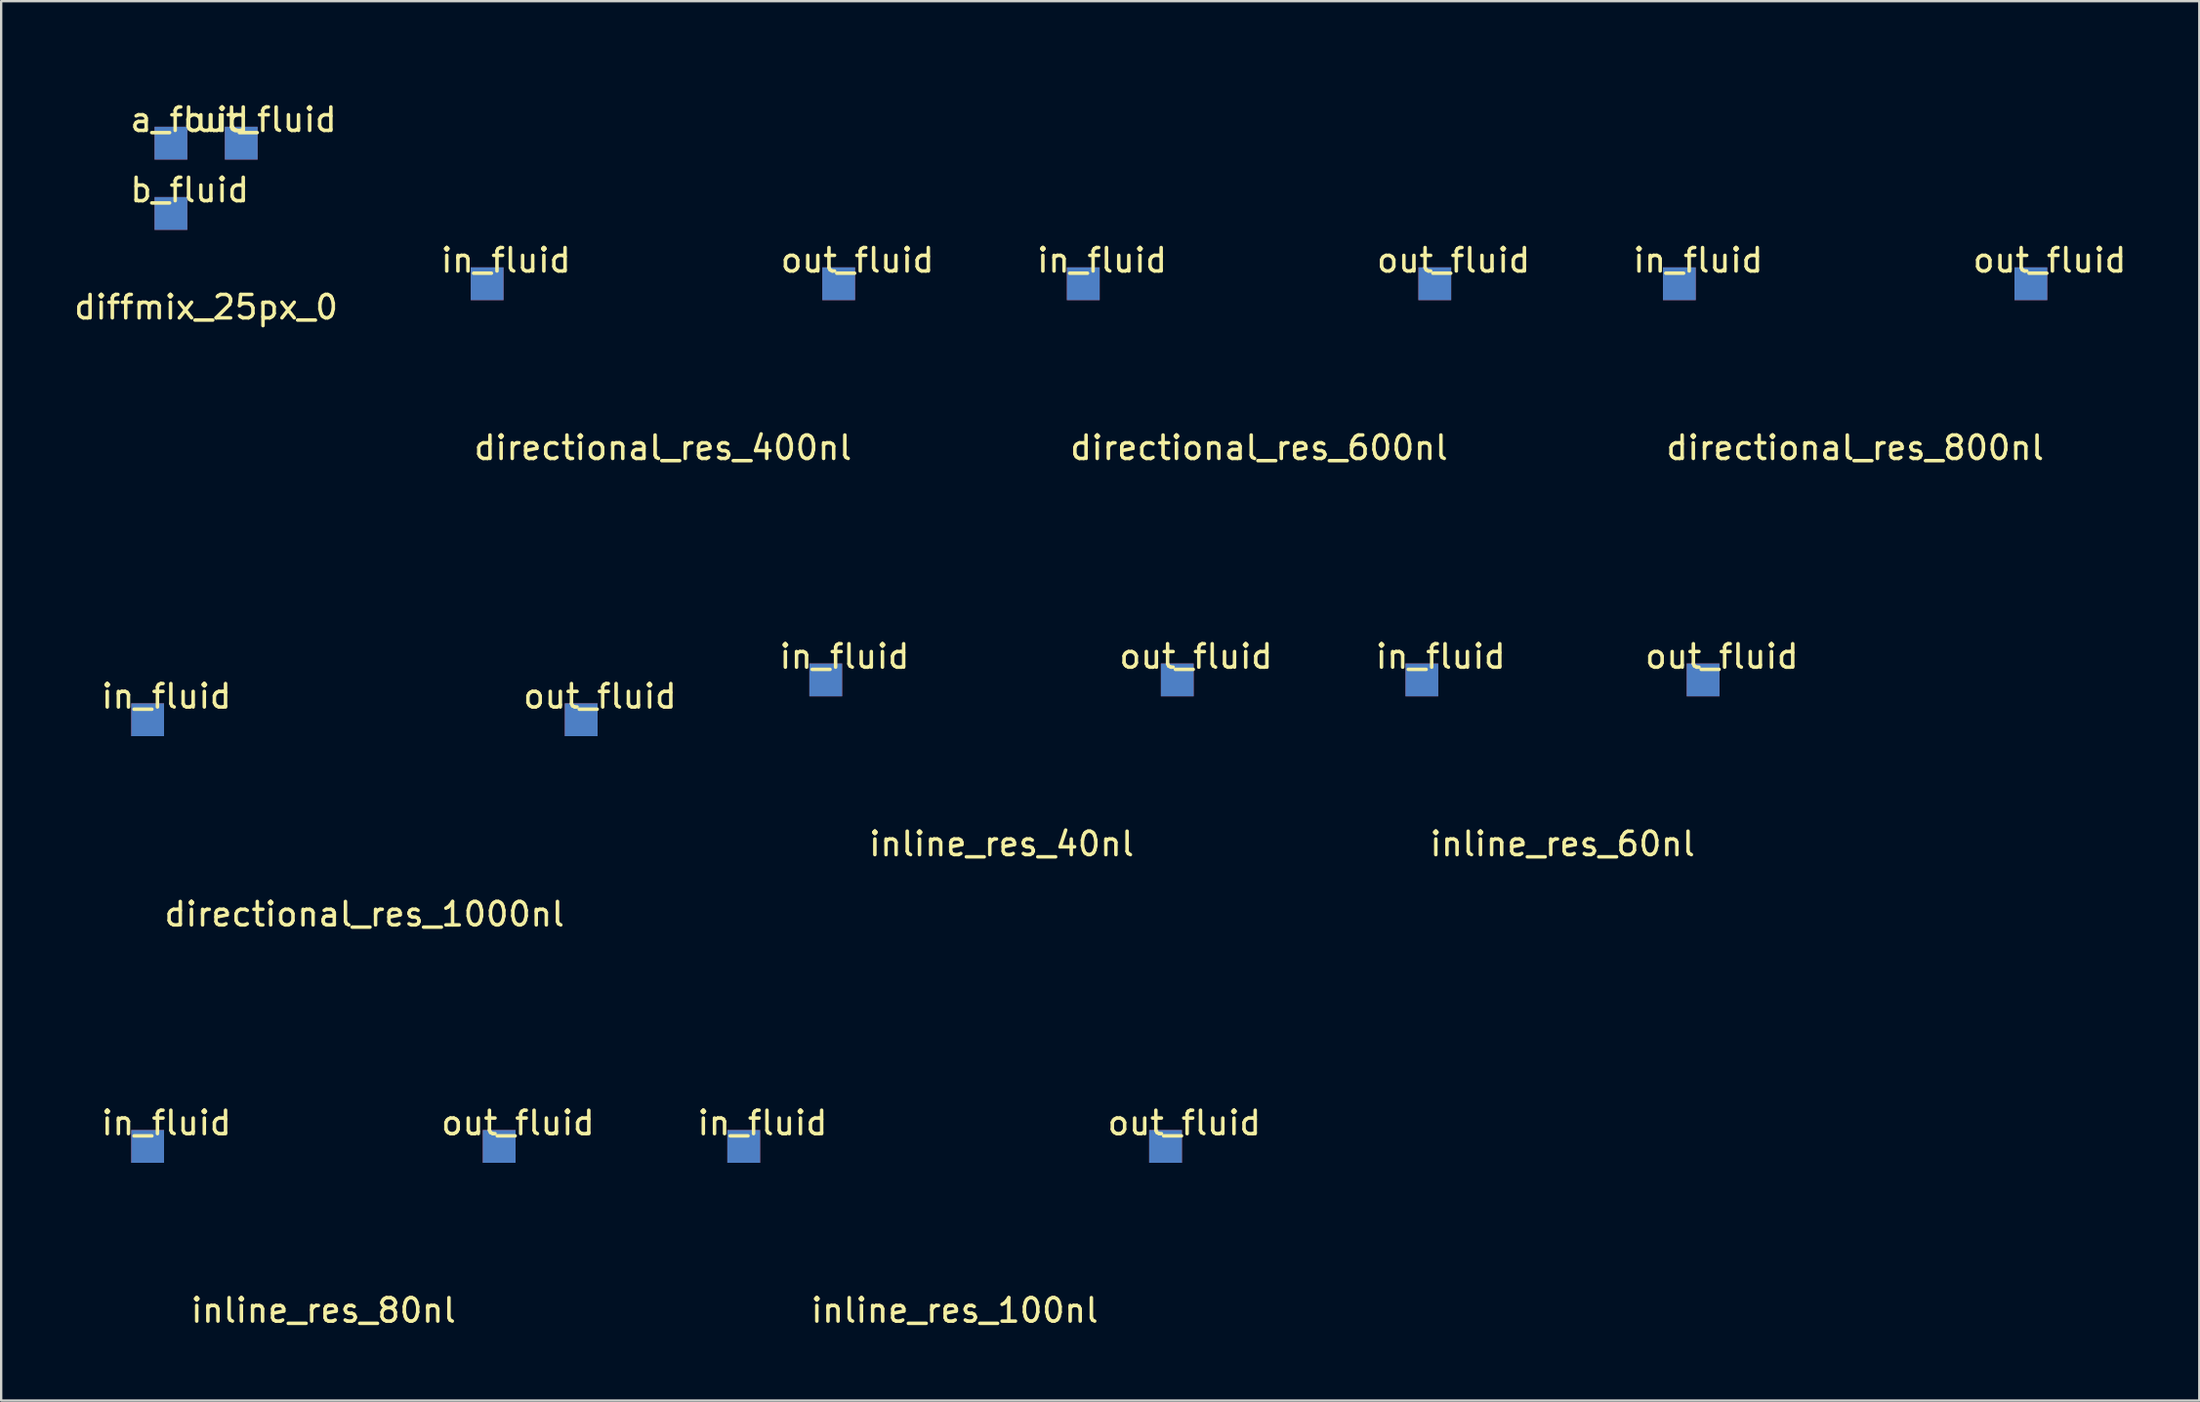
<source format=kicad_pcb>
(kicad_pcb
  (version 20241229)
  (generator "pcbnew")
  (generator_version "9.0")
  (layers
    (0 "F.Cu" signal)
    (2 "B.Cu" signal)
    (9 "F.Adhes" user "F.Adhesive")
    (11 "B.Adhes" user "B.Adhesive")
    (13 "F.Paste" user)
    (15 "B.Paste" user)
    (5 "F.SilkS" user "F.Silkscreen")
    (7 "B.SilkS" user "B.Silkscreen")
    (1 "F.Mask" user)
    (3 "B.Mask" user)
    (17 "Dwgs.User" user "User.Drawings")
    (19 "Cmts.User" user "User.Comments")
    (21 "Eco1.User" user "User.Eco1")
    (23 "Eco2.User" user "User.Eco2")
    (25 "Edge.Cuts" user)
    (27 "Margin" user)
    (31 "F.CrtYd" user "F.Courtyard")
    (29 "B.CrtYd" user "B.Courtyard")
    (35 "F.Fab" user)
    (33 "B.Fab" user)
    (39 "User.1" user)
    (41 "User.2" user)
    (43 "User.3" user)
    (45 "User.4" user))
  (footprint "inline_res_40nl"
    (layer "F.Cu")
    (at 29.187 31.968)
    (property "Reference" "inline_res_40nl" (at 10.5 1 0) (layer "F.SilkS") (effects (font (size 1 1) (thickness 0.15))))
    (attr through_hole)
    (fp_rect (start 0 0) (end 21 -12) (stroke (width 0.12) (type solid)) (fill no) (layer "Margin"))
    (fp_text user "out_fluid" (at 18.8 -7 0) (layer "F.SilkS") (effects (font (size 1 1) (thickness 0.15))))
    (fp_text user "in_fluid" (at 3.8 -7 0) (layer "F.SilkS") (effects (font (size 1 1) (thickness 0.15))))
    (pad "0" thru_hole rect (at 3 -6) (size 1.4 1.4) (drill 0.000001) (layers "B.Cu"))
    (pad "1" thru_hole rect (at 18 -6) (size 1.4 1.4) (drill 0.000001) (layers "B.Cu"))
    (zone (net_name "") (layer "B.Cu") (hatch edge 0.1) (connect_pads) (min_thickness 0.254) (filled_areas_thickness no) (keepout (tracks not_allowed) (vias not_allowed) (pads not_allowed) (copperpour not_allowed) (footprints not_allowed)) (placement (enabled no)) (fill) (polygon (pts (xy 32.187 28.968) (xy 32.187 22.968) (xy 47.187 22.968) (xy 47.187 28.968))))
    (zone (net_name "") (layer "In8.Cu") (hatch edge 0.1) (connect_pads) (min_thickness 0.254) (filled_areas_thickness no) (keepout (tracks not_allowed) (vias not_allowed) (pads not_allowed) (copperpour not_allowed) (footprints not_allowed)) (placement (enabled no)) (fill) (polygon (pts (xy 32.187 28.968) (xy 32.187 22.968) (xy 47.187 22.968) (xy 47.187 28.968)))))
  (footprint "inline_res_60nl"
    (layer "F.Cu")
    (at 54.624 31.968)
    (property "Reference" "inline_res_60nl" (at 9 1 0) (layer "F.SilkS") (effects (font (size 1 1) (thickness 0.15))))
    (attr through_hole)
    (fp_rect (start 0 0) (end 18 -12) (stroke (width 0.12) (type solid)) (fill no) (layer "Margin"))
    (fp_text user "in_fluid" (at 3.8 -7 0) (layer "F.SilkS") (effects (font (size 1 1) (thickness 0.15))))
    (fp_text user "out_fluid" (at 15.8 -7 0) (layer "F.SilkS") (effects (font (size 1 1) (thickness 0.15))))
    (pad "0" thru_hole rect (at 3 -6) (size 1.4 1.4) (drill 0.000001) (layers "B.Cu"))
    (pad "1" thru_hole rect (at 15 -6) (size 1.4 1.4) (drill 0.000001) (layers "B.Cu"))
    (zone (net_name "") (layer "B.Cu") (hatch edge 0.1) (connect_pads) (min_thickness 0.254) (filled_areas_thickness no) (keepout (tracks not_allowed) (vias not_allowed) (pads not_allowed) (copperpour not_allowed) (footprints not_allowed)) (placement (enabled no)) (fill) (polygon (pts (xy 57.624 28.968) (xy 57.624 22.968) (xy 69.624 22.968) (xy 69.624 28.968))))
    (zone (net_name "") (layer "In8.Cu") (hatch edge 0.1) (connect_pads) (min_thickness 0.254) (filled_areas_thickness no) (keepout (tracks not_allowed) (vias not_allowed) (pads not_allowed) (copperpour not_allowed) (footprints not_allowed)) (placement (enabled no)) (fill) (polygon (pts (xy 57.624 28.968) (xy 57.624 22.968) (xy 69.624 22.968) (xy 69.624 28.968)))))
  (footprint "directional_res_1000nl"
    (layer "F.Cu")
    (at 0.25 34.968)
    (property "Reference" "directional_res_1000nl" (at 12.25 1 0) (layer "F.SilkS") (effects (font (size 1 1) (thickness 0.15))))
    (attr through_hole)
    (fp_rect (start 0 0) (end 24.5 -15) (stroke (width 0.12) (type solid)) (fill no) (layer "Margin"))
    (fp_text user "out_fluid" (at 22.3 -8.3 0) (layer "F.SilkS") (effects (font (size 1 1) (thickness 0.15))))
    (fp_text user "in_fluid" (at 3.8 -8.3 0) (layer "F.SilkS") (effects (font (size 1 1) (thickness 0.15))))
    (pad "0" thru_hole rect (at 3 -7.3) (size 1.4 1.4) (drill 0.000001) (layers "In2.Cu"))
    (pad "1" thru_hole rect (at 21.5 -7.3) (size 1.4 1.4) (drill 0.000001) (layers "B.Cu"))
    (zone (net_name "") (layer "B.Cu") (hatch edge 0.1) (connect_pads) (min_thickness 0.254) (filled_areas_thickness no) (keepout (tracks not_allowed) (vias not_allowed) (pads not_allowed) (copperpour not_allowed) (footprints not_allowed)) (placement (enabled no)) (fill) (polygon (pts (xy 3.25 32.968) (xy 3.25 21.968) (xy 21.75 21.968) (xy 21.75 32.968))))
    (zone (net_name "") (layer "In2.Cu") (hatch edge 0.1) (connect_pads) (min_thickness 0.254) (filled_areas_thickness no) (keepout (tracks not_allowed) (vias not_allowed) (pads not_allowed) (copperpour not_allowed) (footprints not_allowed)) (placement (enabled no)) (fill) (polygon (pts (xy 3.25 32.968) (xy 3.25 21.968) (xy 21.75 21.968) (xy 21.75 32.968))))
    (zone (net_name "") (layer "In3.Cu") (hatch edge 0.1) (connect_pads) (min_thickness 0.254) (filled_areas_thickness no) (keepout (tracks not_allowed) (vias not_allowed) (pads not_allowed) (copperpour not_allowed) (footprints not_allowed)) (placement (enabled no)) (fill) (polygon (pts (xy 3.25 32.968) (xy 3.25 21.968) (xy 21.75 21.968) (xy 21.75 32.968))))
    (zone (net_name "") (layer "In4.Cu") (hatch edge 0.1) (connect_pads) (min_thickness 0.254) (filled_areas_thickness no) (keepout (tracks not_allowed) (vias not_allowed) (pads not_allowed) (copperpour not_allowed) (footprints not_allowed)) (placement (enabled no)) (fill) (polygon (pts (xy 3.25 32.968) (xy 3.25 21.968) (xy 21.75 21.968) (xy 21.75 32.968))))
    (zone (net_name "") (layer "In5.Cu") (hatch edge 0.1) (connect_pads) (min_thickness 0.254) (filled_areas_thickness no) (keepout (tracks not_allowed) (vias not_allowed) (pads not_allowed) (copperpour not_allowed) (footprints not_allowed)) (placement (enabled no)) (fill) (polygon (pts (xy 3.25 32.968) (xy 3.25 21.968) (xy 21.75 21.968) (xy 21.75 32.968))))
    (zone (net_name "") (layer "In6.Cu") (hatch edge 0.1) (connect_pads) (min_thickness 0.254) (filled_areas_thickness no) (keepout (tracks not_allowed) (vias not_allowed) (pads not_allowed) (copperpour not_allowed) (footprints not_allowed)) (placement (enabled no)) (fill) (polygon (pts (xy 3.25 32.968) (xy 3.25 21.968) (xy 21.75 21.968) (xy 21.75 32.968))))
    (zone (net_name "") (layer "In7.Cu") (hatch edge 0.1) (connect_pads) (min_thickness 0.254) (filled_areas_thickness no) (keepout (tracks not_allowed) (vias not_allowed) (pads not_allowed) (copperpour not_allowed) (footprints not_allowed)) (placement (enabled no)) (fill) (polygon (pts (xy 3.25 32.968) (xy 3.25 21.968) (xy 21.75 21.968) (xy 21.75 32.968))))
    (zone (net_name "") (layer "In8.Cu") (hatch edge 0.1) (connect_pads) (min_thickness 0.254) (filled_areas_thickness no) (keepout (tracks not_allowed) (vias not_allowed) (pads not_allowed) (copperpour not_allowed) (footprints not_allowed)) (placement (enabled no)) (fill) (polygon (pts (xy 3.25 32.968) (xy 3.25 21.968) (xy 21.75 21.968) (xy 21.75 32.968)))))
  (footprint "directional_res_400nl"
    (layer "F.Cu")
    (at 14.738 15.06)
    (property "Reference" "directional_res_400nl" (at 10.5 1 0) (layer "F.SilkS") (effects (font (size 1 1) (thickness 0.15))))
    (attr through_hole)
    (fp_rect (start 0 0) (end 21 -15) (stroke (width 0.12) (type solid)) (fill no) (layer "Margin"))
    (fp_text user "out_fluid" (at 18.8 -7 0) (layer "F.SilkS") (effects (font (size 1 1) (thickness 0.15))))
    (fp_text user "in_fluid" (at 3.8 -7 0) (layer "F.SilkS") (effects (font (size 1 1) (thickness 0.15))))
    (pad "0" thru_hole rect (at 3 -6) (size 1.4 1.4) (drill 0.000001) (layers "In6.Cu"))
    (pad "1" thru_hole rect (at 18 -6) (size 1.4 1.4) (drill 0.000001) (layers "B.Cu"))
    (zone (net_name "") (layer "B.Cu") (hatch edge 0.1) (connect_pads) (min_thickness 0.254) (filled_areas_thickness no) (keepout (tracks not_allowed) (vias not_allowed) (pads not_allowed) (copperpour not_allowed) (footprints not_allowed)) (placement (enabled no)) (fill) (polygon (pts (xy 17.738 12.06) (xy 17.738 3.06) (xy 32.738 3.06) (xy 32.738 12.06))))
    (zone (net_name "") (layer "In6.Cu") (hatch edge 0.1) (connect_pads) (min_thickness 0.254) (filled_areas_thickness no) (keepout (tracks not_allowed) (vias not_allowed) (pads not_allowed) (copperpour not_allowed) (footprints not_allowed)) (placement (enabled no)) (fill) (polygon (pts (xy 17.738 12.06) (xy 17.738 3.06) (xy 32.738 3.06) (xy 32.738 12.06))))
    (zone (net_name "") (layer "In7.Cu") (hatch edge 0.1) (connect_pads) (min_thickness 0.254) (filled_areas_thickness no) (keepout (tracks not_allowed) (vias not_allowed) (pads not_allowed) (copperpour not_allowed) (footprints not_allowed)) (placement (enabled no)) (fill) (polygon (pts (xy 17.738 12.06) (xy 17.738 3.06) (xy 32.738 3.06) (xy 32.738 12.06))))
    (zone (net_name "") (layer "In8.Cu") (hatch edge 0.1) (connect_pads) (min_thickness 0.254) (filled_areas_thickness no) (keepout (tracks not_allowed) (vias not_allowed) (pads not_allowed) (copperpour not_allowed) (footprints not_allowed)) (placement (enabled no)) (fill) (polygon (pts (xy 17.738 12.06) (xy 17.738 3.06) (xy 32.738 3.06) (xy 32.738 12.06)))))
  (footprint "directional_res_600nl"
    (layer "F.Cu")
    (at 40.175 15.06)
    (property "Reference" "directional_res_600nl" (at 10.5 1 0) (layer "F.SilkS") (effects (font (size 1 1) (thickness 0.15))))
    (attr through_hole)
    (fp_rect (start 0 0) (end 21 -15) (stroke (width 0.12) (type solid)) (fill no) (layer "Margin"))
    (fp_text user "out_fluid" (at 18.8 -7 0) (layer "F.SilkS") (effects (font (size 1 1) (thickness 0.15))))
    (fp_text user "in_fluid" (at 3.8 -7 0) (layer "F.SilkS") (effects (font (size 1 1) (thickness 0.15))))
    (pad "0" thru_hole rect (at 3 -6) (size 1.4 1.4) (drill 0.000001) (layers "In4.Cu"))
    (pad "1" thru_hole rect (at 18 -6) (size 1.4 1.4) (drill 0.000001) (layers "B.Cu"))
    (zone (net_name "") (layer "B.Cu") (hatch edge 0.1) (connect_pads) (min_thickness 0.254) (filled_areas_thickness no) (keepout (tracks not_allowed) (vias not_allowed) (pads not_allowed) (copperpour not_allowed) (footprints not_allowed)) (placement (enabled no)) (fill) (polygon (pts (xy 43.175 12.06) (xy 43.175 3.06) (xy 58.175 3.06) (xy 58.175 12.06))))
    (zone (net_name "") (layer "In4.Cu") (hatch edge 0.1) (connect_pads) (min_thickness 0.254) (filled_areas_thickness no) (keepout (tracks not_allowed) (vias not_allowed) (pads not_allowed) (copperpour not_allowed) (footprints not_allowed)) (placement (enabled no)) (fill) (polygon (pts (xy 43.175 12.06) (xy 43.175 3.06) (xy 58.175 3.06) (xy 58.175 12.06))))
    (zone (net_name "") (layer "In5.Cu") (hatch edge 0.1) (connect_pads) (min_thickness 0.254) (filled_areas_thickness no) (keepout (tracks not_allowed) (vias not_allowed) (pads not_allowed) (copperpour not_allowed) (footprints not_allowed)) (placement (enabled no)) (fill) (polygon (pts (xy 43.175 12.06) (xy 43.175 3.06) (xy 58.175 3.06) (xy 58.175 12.06))))
    (zone (net_name "") (layer "In6.Cu") (hatch edge 0.1) (connect_pads) (min_thickness 0.254) (filled_areas_thickness no) (keepout (tracks not_allowed) (vias not_allowed) (pads not_allowed) (copperpour not_allowed) (footprints not_allowed)) (placement (enabled no)) (fill) (polygon (pts (xy 43.175 12.06) (xy 43.175 3.06) (xy 58.175 3.06) (xy 58.175 12.06))))
    (zone (net_name "") (layer "In7.Cu") (hatch edge 0.1) (connect_pads) (min_thickness 0.254) (filled_areas_thickness no) (keepout (tracks not_allowed) (vias not_allowed) (pads not_allowed) (copperpour not_allowed) (footprints not_allowed)) (placement (enabled no)) (fill) (polygon (pts (xy 43.175 12.06) (xy 43.175 3.06) (xy 58.175 3.06) (xy 58.175 12.06))))
    (zone (net_name "") (layer "In8.Cu") (hatch edge 0.1) (connect_pads) (min_thickness 0.254) (filled_areas_thickness no) (keepout (tracks not_allowed) (vias not_allowed) (pads not_allowed) (copperpour not_allowed) (footprints not_allowed)) (placement (enabled no)) (fill) (polygon (pts (xy 43.175 12.06) (xy 43.175 3.06) (xy 58.175 3.06) (xy 58.175 12.06)))))
  (footprint "inline_res_80nl"
    (layer "F.Cu")
    (at 0.25 51.877)
    (property "Reference" "inline_res_80nl" (at 10.5 1 0) (layer "F.SilkS") (effects (font (size 1 1) (thickness 0.15))))
    (attr through_hole)
    (fp_rect (start 0 0) (end 21 -12) (stroke (width 0.12) (type solid)) (fill no) (layer "Margin"))
    (fp_text user "out_fluid" (at 18.8 -7 0) (layer "F.SilkS") (effects (font (size 1 1) (thickness 0.15))))
    (fp_text user "in_fluid" (at 3.8 -7 0) (layer "F.SilkS") (effects (font (size 1 1) (thickness 0.15))))
    (pad "0" thru_hole rect (at 3 -6) (size 1.4 1.4) (drill 0.000001) (layers "B.Cu"))
    (pad "1" thru_hole rect (at 18 -6) (size 1.4 1.4) (drill 0.000001) (layers "B.Cu"))
    (zone (net_name "") (layer "B.Cu") (hatch edge 0.1) (connect_pads) (min_thickness 0.254) (filled_areas_thickness no) (keepout (tracks not_allowed) (vias not_allowed) (pads not_allowed) (copperpour not_allowed) (footprints not_allowed)) (placement (enabled no)) (fill) (polygon (pts (xy 3.25 48.877) (xy 3.25 42.877) (xy 18.25 42.877) (xy 18.25 48.877))))
    (zone (net_name "") (layer "In8.Cu") (hatch edge 0.1) (connect_pads) (min_thickness 0.254) (filled_areas_thickness no) (keepout (tracks not_allowed) (vias not_allowed) (pads not_allowed) (copperpour not_allowed) (footprints not_allowed)) (placement (enabled no)) (fill) (polygon (pts (xy 3.25 48.877) (xy 3.25 42.877) (xy 18.25 42.877) (xy 18.25 48.877)))))
  (footprint "inline_res_100nl"
    (layer "F.Cu")
    (at 25.687 51.877)
    (property "Reference" "inline_res_100nl" (at 12 1 0) (layer "F.SilkS") (effects (font (size 1 1) (thickness 0.15))))
    (attr through_hole)
    (fp_rect (start 0 0) (end 24 -12) (stroke (width 0.12) (type solid)) (fill no) (layer "Margin"))
    (fp_text user "out_fluid" (at 21.8 -7 0) (layer "F.SilkS") (effects (font (size 1 1) (thickness 0.15))))
    (fp_text user "in_fluid" (at 3.8 -7 0) (layer "F.SilkS") (effects (font (size 1 1) (thickness 0.15))))
    (pad "0" thru_hole rect (at 3 -6) (size 1.4 1.4) (drill 0.000001) (layers "B.Cu"))
    (pad "1" thru_hole rect (at 21 -6) (size 1.4 1.4) (drill 0.000001) (layers "B.Cu"))
    (zone (net_name "") (layer "B.Cu") (hatch edge 0.1) (connect_pads) (min_thickness 0.254) (filled_areas_thickness no) (keepout (tracks not_allowed) (vias not_allowed) (pads not_allowed) (copperpour not_allowed) (footprints not_allowed)) (placement (enabled no)) (fill) (polygon (pts (xy 28.687 48.877) (xy 28.687 42.877) (xy 46.687 42.877) (xy 46.687 48.877))))
    (zone (net_name "") (layer "In8.Cu") (hatch edge 0.1) (connect_pads) (min_thickness 0.254) (filled_areas_thickness no) (keepout (tracks not_allowed) (vias not_allowed) (pads not_allowed) (copperpour not_allowed) (footprints not_allowed)) (placement (enabled no)) (fill) (polygon (pts (xy 28.687 48.877) (xy 28.687 42.877) (xy 46.687 42.877) (xy 46.687 48.877)))))
  (footprint "diffmix_25px_0"
    (layer "F.Cu")
    (at 1.244 9.06)
    (property "Reference" "diffmix_25px_0" (at 4.5 1 0) (layer "F.SilkS") (effects (font (size 1 1) (thickness 0.15))))
    (attr through_hole)
    (fp_rect (start 0 0) (end 9 -9) (stroke (width 0.12) (type solid)) (fill no) (layer "Margin"))
    (fp_text user "a_fluid" (at 3.8 -7 0) (layer "F.SilkS") (effects (font (size 1 1) (thickness 0.15))))
    (fp_text user "b_fluid" (at 3.8 -4 0) (layer "F.SilkS") (effects (font (size 1 1) (thickness 0.15))))
    (fp_text user "out_fluid" (at 6.8 -7 0) (layer "F.SilkS") (effects (font (size 1 1) (thickness 0.15))))
    (pad "0" thru_hole rect (at 3 -6) (size 1.4 1.4) (drill 0.000001) (layers "B.Cu"))
    (pad "1" thru_hole rect (at 3 -3) (size 1.4 1.4) (drill 0.000001) (layers "B.Cu"))
    (pad "2" thru_hole rect (at 6 -6) (size 1.4 1.4) (drill 0.000001) (layers "B.Cu"))
    (zone (net_name "") (layer "B.Cu") (hatch edge 0.1) (connect_pads) (min_thickness 0.254) (filled_areas_thickness no) (keepout (tracks not_allowed) (vias not_allowed) (pads not_allowed) (copperpour not_allowed) (footprints not_allowed)) (placement (enabled no)) (fill) (polygon (pts (xy 4.944 5.36) (xy 4.944 3.76) (xy 6.544 3.76) (xy 6.544 5.36))))
    (zone (net_name "") (layer "In8.Cu") (hatch edge 0.1) (connect_pads) (min_thickness 0.254) (filled_areas_thickness no) (keepout (tracks not_allowed) (vias not_allowed) (pads not_allowed) (copperpour not_allowed) (footprints not_allowed)) (placement (enabled no)) (fill) (polygon (pts (xy 4.944 5.36) (xy 4.944 3.76) (xy 6.544 3.76) (xy 6.544 5.36)))))
  (footprint "directional_res_800nl"
    (layer "F.Cu")
    (at 65.612 15.06)
    (property "Reference" "directional_res_800nl" (at 10.5 1 0) (layer "F.SilkS") (effects (font (size 1 1) (thickness 0.15))))
    (attr through_hole)
    (fp_rect (start 0 0) (end 21 -15) (stroke (width 0.12) (type solid)) (fill no) (layer "Margin"))
    (fp_text user "out_fluid" (at 18.8 -7 0) (layer "F.SilkS") (effects (font (size 1 1) (thickness 0.15))))
    (fp_text user "in_fluid" (at 3.8 -7 0) (layer "F.SilkS") (effects (font (size 1 1) (thickness 0.15))))
    (pad "0" thru_hole rect (at 3 -6) (size 1.4 1.4) (drill 0.000001) (layers "In2.Cu"))
    (pad "1" thru_hole rect (at 18 -6) (size 1.4 1.4) (drill 0.000001) (layers "B.Cu"))
    (zone (net_name "") (layer "B.Cu") (hatch edge 0.1) (connect_pads) (min_thickness 0.254) (filled_areas_thickness no) (keepout (tracks not_allowed) (vias not_allowed) (pads not_allowed) (copperpour not_allowed) (footprints not_allowed)) (placement (enabled no)) (fill) (polygon (pts (xy 68.612 12.06) (xy 68.612 3.06) (xy 83.612 3.06) (xy 83.612 12.06))))
    (zone (net_name "") (layer "In2.Cu") (hatch edge 0.1) (connect_pads) (min_thickness 0.254) (filled_areas_thickness no) (keepout (tracks not_allowed) (vias not_allowed) (pads not_allowed) (copperpour not_allowed) (footprints not_allowed)) (placement (enabled no)) (fill) (polygon (pts (xy 68.612 12.06) (xy 68.612 3.06) (xy 83.612 3.06) (xy 83.612 12.06))))
    (zone (net_name "") (layer "In3.Cu") (hatch edge 0.1) (connect_pads) (min_thickness 0.254) (filled_areas_thickness no) (keepout (tracks not_allowed) (vias not_allowed) (pads not_allowed) (copperpour not_allowed) (footprints not_allowed)) (placement (enabled no)) (fill) (polygon (pts (xy 68.612 12.06) (xy 68.612 3.06) (xy 83.612 3.06) (xy 83.612 12.06))))
    (zone (net_name "") (layer "In4.Cu") (hatch edge 0.1) (connect_pads) (min_thickness 0.254) (filled_areas_thickness no) (keepout (tracks not_allowed) (vias not_allowed) (pads not_allowed) (copperpour not_allowed) (footprints not_allowed)) (placement (enabled no)) (fill) (polygon (pts (xy 68.612 12.06) (xy 68.612 3.06) (xy 83.612 3.06) (xy 83.612 12.06))))
    (zone (net_name "") (layer "In5.Cu") (hatch edge 0.1) (connect_pads) (min_thickness 0.254) (filled_areas_thickness no) (keepout (tracks not_allowed) (vias not_allowed) (pads not_allowed) (copperpour not_allowed) (footprints not_allowed)) (placement (enabled no)) (fill) (polygon (pts (xy 68.612 12.06) (xy 68.612 3.06) (xy 83.612 3.06) (xy 83.612 12.06))))
    (zone (net_name "") (layer "In6.Cu") (hatch edge 0.1) (connect_pads) (min_thickness 0.254) (filled_areas_thickness no) (keepout (tracks not_allowed) (vias not_allowed) (pads not_allowed) (copperpour not_allowed) (footprints not_allowed)) (placement (enabled no)) (fill) (polygon (pts (xy 68.612 12.06) (xy 68.612 3.06) (xy 83.612 3.06) (xy 83.612 12.06))))
    (zone (net_name "") (layer "In7.Cu") (hatch edge 0.1) (connect_pads) (min_thickness 0.254) (filled_areas_thickness no) (keepout (tracks not_allowed) (vias not_allowed) (pads not_allowed) (copperpour not_allowed) (footprints not_allowed)) (placement (enabled no)) (fill) (polygon (pts (xy 68.612 12.06) (xy 68.612 3.06) (xy 83.612 3.06) (xy 83.612 12.06))))
    (zone (net_name "") (layer "In8.Cu") (hatch edge 0.1) (connect_pads) (min_thickness 0.254) (filled_areas_thickness no) (keepout (tracks not_allowed) (vias not_allowed) (pads not_allowed) (copperpour not_allowed) (footprints not_allowed)) (placement (enabled no)) (fill) (polygon (pts (xy 68.612 12.06) (xy 68.612 3.06) (xy 83.612 3.06) (xy 83.612 12.06)))))
  (gr_rect
    (start -3 -3)
    (end 90.799 56.725)
    (stroke (width 0.1) (type default))
    (fill no)
    (layer "Edge.Cuts")))
</source>
